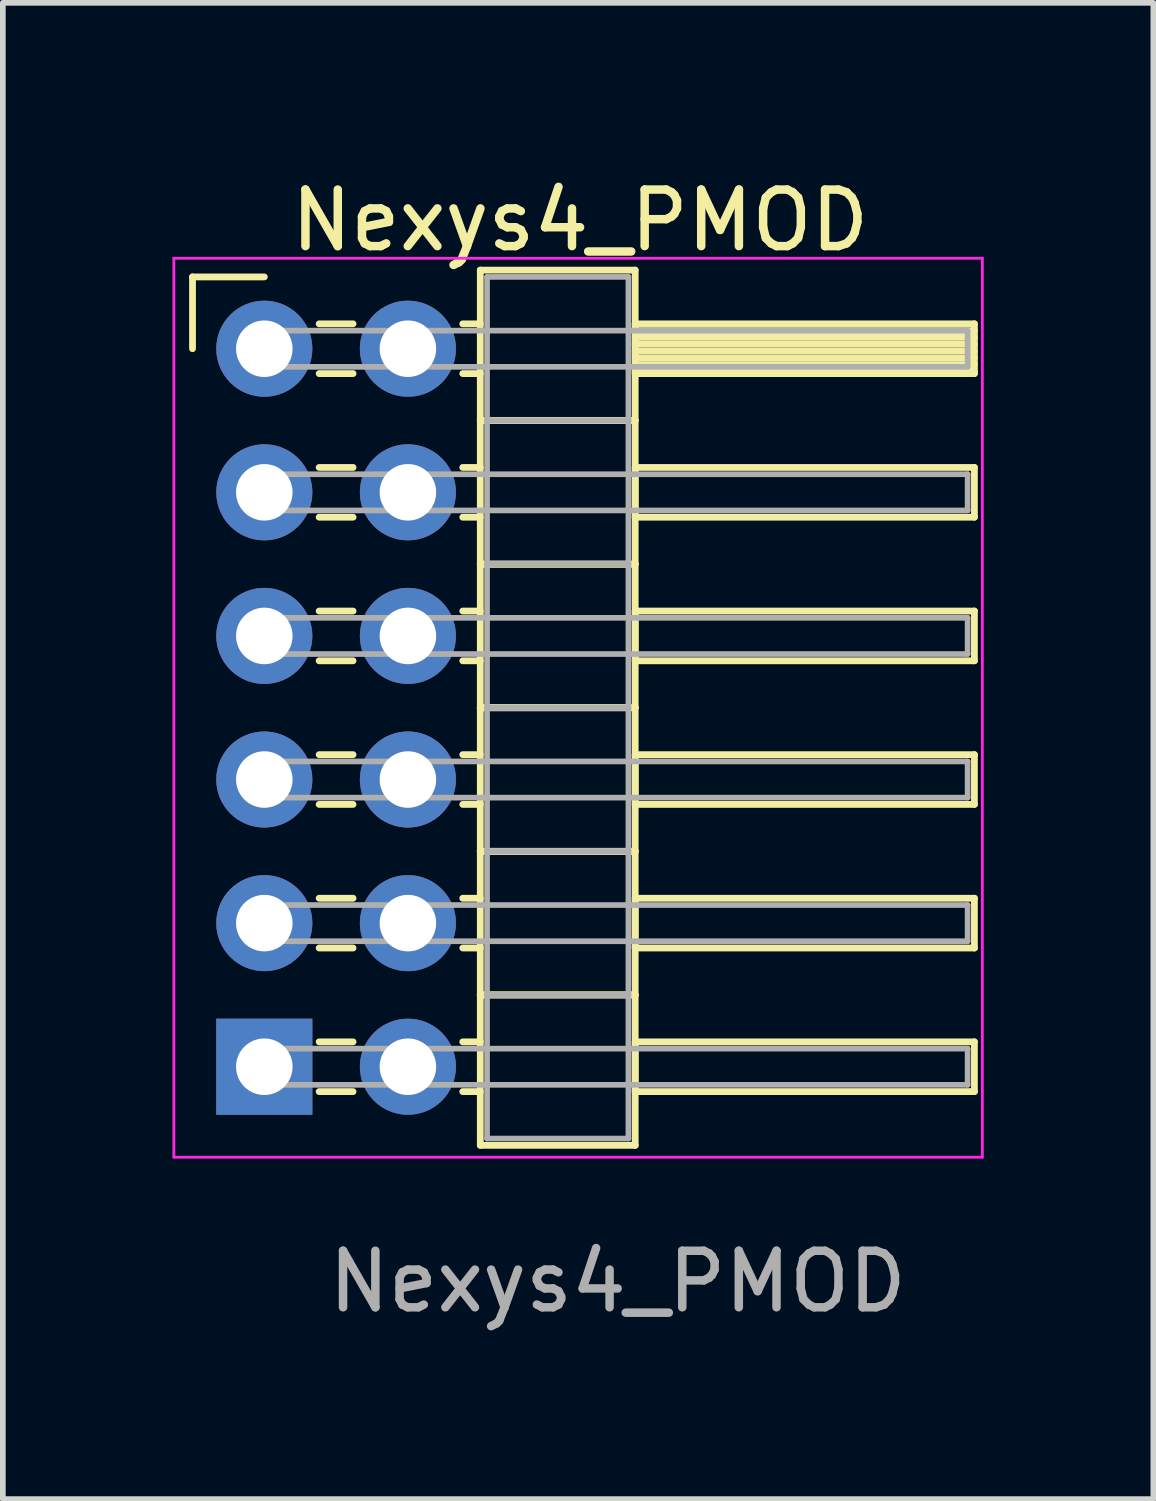
<source format=kicad_pcb>
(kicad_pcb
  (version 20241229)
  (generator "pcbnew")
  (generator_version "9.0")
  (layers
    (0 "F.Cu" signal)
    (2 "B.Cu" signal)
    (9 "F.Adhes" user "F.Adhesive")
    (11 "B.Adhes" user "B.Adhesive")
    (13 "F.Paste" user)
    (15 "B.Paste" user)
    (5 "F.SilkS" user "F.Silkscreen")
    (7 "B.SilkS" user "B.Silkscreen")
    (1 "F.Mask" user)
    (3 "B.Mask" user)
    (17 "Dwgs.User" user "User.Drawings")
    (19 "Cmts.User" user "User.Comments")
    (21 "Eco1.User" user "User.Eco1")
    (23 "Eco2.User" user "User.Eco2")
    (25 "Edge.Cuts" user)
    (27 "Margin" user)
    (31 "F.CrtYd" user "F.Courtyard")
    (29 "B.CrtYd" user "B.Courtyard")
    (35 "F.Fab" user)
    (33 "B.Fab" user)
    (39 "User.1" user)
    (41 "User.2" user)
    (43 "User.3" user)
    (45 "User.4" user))
  (footprint "Nexys4_PMOD"
    (layer "F.Cu")
    (at 1.625 15.818)
    (property "Reference" "Nexys4_PMOD" (at 5.585 -14.97 0) (layer "F.SilkS") (effects (font (size 1 1) (thickness 0.15))))
    (attr through_hole)
    (fp_line (start -1.27 -13.97) (end 0 -13.97) (stroke (width 0.12) (type solid)) (layer "F.SilkS"))
    (fp_line (start -1.27 -12.7) (end -1.27 -13.97) (stroke (width 0.12) (type solid)) (layer "F.SilkS"))
    (fp_line (start 0.97 -13.14) (end 1.57 -13.14) (stroke (width 0.12) (type solid)) (layer "F.SilkS"))
    (fp_line (start 0.97 -12.26) (end 1.57 -12.26) (stroke (width 0.12) (type solid)) (layer "F.SilkS"))
    (fp_line (start 0.97 -10.6) (end 1.57 -10.6) (stroke (width 0.12) (type solid)) (layer "F.SilkS"))
    (fp_line (start 0.97 -9.72) (end 1.57 -9.72) (stroke (width 0.12) (type solid)) (layer "F.SilkS"))
    (fp_line (start 0.97 -8.06) (end 1.57 -8.06) (stroke (width 0.12) (type solid)) (layer "F.SilkS"))
    (fp_line (start 0.97 -7.18) (end 1.57 -7.18) (stroke (width 0.12) (type solid)) (layer "F.SilkS"))
    (fp_line (start 0.97 -5.52) (end 1.57 -5.52) (stroke (width 0.12) (type solid)) (layer "F.SilkS"))
    (fp_line (start 0.97 -4.64) (end 1.57 -4.64) (stroke (width 0.12) (type solid)) (layer "F.SilkS"))
    (fp_line (start 0.97 -2.98) (end 1.57 -2.98) (stroke (width 0.12) (type solid)) (layer "F.SilkS"))
    (fp_line (start 0.97 -2.1) (end 1.57 -2.1) (stroke (width 0.12) (type solid)) (layer "F.SilkS"))
    (fp_line (start 0.97 -0.44) (end 1.57 -0.44) (stroke (width 0.12) (type solid)) (layer "F.SilkS"))
    (fp_line (start 0.97 0.44) (end 1.57 0.44) (stroke (width 0.12) (type solid)) (layer "F.SilkS"))
    (fp_line (start 3.51 -13.14) (end 3.82 -13.14) (stroke (width 0.12) (type solid)) (layer "F.SilkS"))
    (fp_line (start 3.51 -12.26) (end 3.82 -12.26) (stroke (width 0.12) (type solid)) (layer "F.SilkS"))
    (fp_line (start 3.51 -10.6) (end 3.82 -10.6) (stroke (width 0.12) (type solid)) (layer "F.SilkS"))
    (fp_line (start 3.51 -9.72) (end 3.82 -9.72) (stroke (width 0.12) (type solid)) (layer "F.SilkS"))
    (fp_line (start 3.51 -8.06) (end 3.82 -8.06) (stroke (width 0.12) (type solid)) (layer "F.SilkS"))
    (fp_line (start 3.51 -7.18) (end 3.82 -7.18) (stroke (width 0.12) (type solid)) (layer "F.SilkS"))
    (fp_line (start 3.51 -5.52) (end 3.82 -5.52) (stroke (width 0.12) (type solid)) (layer "F.SilkS"))
    (fp_line (start 3.51 -4.64) (end 3.82 -4.64) (stroke (width 0.12) (type solid)) (layer "F.SilkS"))
    (fp_line (start 3.51 -2.98) (end 3.82 -2.98) (stroke (width 0.12) (type solid)) (layer "F.SilkS"))
    (fp_line (start 3.51 -2.1) (end 3.82 -2.1) (stroke (width 0.12) (type solid)) (layer "F.SilkS"))
    (fp_line (start 3.51 -0.44) (end 3.82 -0.44) (stroke (width 0.12) (type solid)) (layer "F.SilkS"))
    (fp_line (start 3.51 0.44) (end 3.82 0.44) (stroke (width 0.12) (type solid)) (layer "F.SilkS"))
    (fp_line (start 3.82 -14.09) (end 3.82 -11.43) (stroke (width 0.12) (type solid)) (layer "F.SilkS"))
    (fp_line (start 3.82 -11.43) (end 3.82 -8.89) (stroke (width 0.12) (type solid)) (layer "F.SilkS"))
    (fp_line (start 3.82 -11.43) (end 6.56 -11.43) (stroke (width 0.12) (type solid)) (layer "F.SilkS"))
    (fp_line (start 3.82 -8.89) (end 3.82 -6.35) (stroke (width 0.12) (type solid)) (layer "F.SilkS"))
    (fp_line (start 3.82 -8.89) (end 6.56 -8.89) (stroke (width 0.12) (type solid)) (layer "F.SilkS"))
    (fp_line (start 3.82 -6.35) (end 3.82 -3.81) (stroke (width 0.12) (type solid)) (layer "F.SilkS"))
    (fp_line (start 3.82 -6.35) (end 6.56 -6.35) (stroke (width 0.12) (type solid)) (layer "F.SilkS"))
    (fp_line (start 3.82 -3.81) (end 3.82 -1.27) (stroke (width 0.12) (type solid)) (layer "F.SilkS"))
    (fp_line (start 3.82 -3.81) (end 6.56 -3.81) (stroke (width 0.12) (type solid)) (layer "F.SilkS"))
    (fp_line (start 3.82 -1.27) (end 3.82 1.39) (stroke (width 0.12) (type solid)) (layer "F.SilkS"))
    (fp_line (start 3.82 -1.27) (end 6.56 -1.27) (stroke (width 0.12) (type solid)) (layer "F.SilkS"))
    (fp_line (start 3.82 1.39) (end 6.56 1.39) (stroke (width 0.12) (type solid)) (layer "F.SilkS"))
    (fp_line (start 6.56 -14.09) (end 3.82 -14.09) (stroke (width 0.12) (type solid)) (layer "F.SilkS"))
    (fp_line (start 6.56 -13.14) (end 6.56 -12.26) (stroke (width 0.12) (type solid)) (layer "F.SilkS"))
    (fp_line (start 6.56 -13.02) (end 12.56 -13.02) (stroke (width 0.12) (type solid)) (layer "F.SilkS"))
    (fp_line (start 6.56 -12.9) (end 12.56 -12.9) (stroke (width 0.12) (type solid)) (layer "F.SilkS"))
    (fp_line (start 6.56 -12.78) (end 12.56 -12.78) (stroke (width 0.12) (type solid)) (layer "F.SilkS"))
    (fp_line (start 6.56 -12.66) (end 12.56 -12.66) (stroke (width 0.12) (type solid)) (layer "F.SilkS"))
    (fp_line (start 6.56 -12.54) (end 12.56 -12.54) (stroke (width 0.12) (type solid)) (layer "F.SilkS"))
    (fp_line (start 6.56 -12.42) (end 12.56 -12.42) (stroke (width 0.12) (type solid)) (layer "F.SilkS"))
    (fp_line (start 6.56 -12.3) (end 12.56 -12.3) (stroke (width 0.12) (type solid)) (layer "F.SilkS"))
    (fp_line (start 6.56 -12.26) (end 12.56 -12.26) (stroke (width 0.12) (type solid)) (layer "F.SilkS"))
    (fp_line (start 6.56 -11.43) (end 3.82 -11.43) (stroke (width 0.12) (type solid)) (layer "F.SilkS"))
    (fp_line (start 6.56 -11.43) (end 6.56 -14.09) (stroke (width 0.12) (type solid)) (layer "F.SilkS"))
    (fp_line (start 6.56 -10.6) (end 6.56 -9.72) (stroke (width 0.12) (type solid)) (layer "F.SilkS"))
    (fp_line (start 6.56 -9.72) (end 12.56 -9.72) (stroke (width 0.12) (type solid)) (layer "F.SilkS"))
    (fp_line (start 6.56 -8.89) (end 3.82 -8.89) (stroke (width 0.12) (type solid)) (layer "F.SilkS"))
    (fp_line (start 6.56 -8.89) (end 6.56 -11.43) (stroke (width 0.12) (type solid)) (layer "F.SilkS"))
    (fp_line (start 6.56 -8.06) (end 6.56 -7.18) (stroke (width 0.12) (type solid)) (layer "F.SilkS"))
    (fp_line (start 6.56 -7.18) (end 12.56 -7.18) (stroke (width 0.12) (type solid)) (layer "F.SilkS"))
    (fp_line (start 6.56 -6.35) (end 3.82 -6.35) (stroke (width 0.12) (type solid)) (layer "F.SilkS"))
    (fp_line (start 6.56 -6.35) (end 6.56 -8.89) (stroke (width 0.12) (type solid)) (layer "F.SilkS"))
    (fp_line (start 6.56 -5.52) (end 6.56 -4.64) (stroke (width 0.12) (type solid)) (layer "F.SilkS"))
    (fp_line (start 6.56 -4.64) (end 12.56 -4.64) (stroke (width 0.12) (type solid)) (layer "F.SilkS"))
    (fp_line (start 6.56 -3.81) (end 3.82 -3.81) (stroke (width 0.12) (type solid)) (layer "F.SilkS"))
    (fp_line (start 6.56 -3.81) (end 6.56 -6.35) (stroke (width 0.12) (type solid)) (layer "F.SilkS"))
    (fp_line (start 6.56 -2.98) (end 6.56 -2.1) (stroke (width 0.12) (type solid)) (layer "F.SilkS"))
    (fp_line (start 6.56 -2.1) (end 12.56 -2.1) (stroke (width 0.12) (type solid)) (layer "F.SilkS"))
    (fp_line (start 6.56 -1.27) (end 3.82 -1.27) (stroke (width 0.12) (type solid)) (layer "F.SilkS"))
    (fp_line (start 6.56 -1.27) (end 6.56 -3.81) (stroke (width 0.12) (type solid)) (layer "F.SilkS"))
    (fp_line (start 6.56 -0.44) (end 6.56 0.44) (stroke (width 0.12) (type solid)) (layer "F.SilkS"))
    (fp_line (start 6.56 0.44) (end 12.56 0.44) (stroke (width 0.12) (type solid)) (layer "F.SilkS"))
    (fp_line (start 6.56 1.39) (end 6.56 -1.27) (stroke (width 0.12) (type solid)) (layer "F.SilkS"))
    (fp_line (start 12.56 -13.14) (end 6.56 -13.14) (stroke (width 0.12) (type solid)) (layer "F.SilkS"))
    (fp_line (start 12.56 -12.26) (end 12.56 -13.14) (stroke (width 0.12) (type solid)) (layer "F.SilkS"))
    (fp_line (start 12.56 -10.6) (end 6.56 -10.6) (stroke (width 0.12) (type solid)) (layer "F.SilkS"))
    (fp_line (start 12.56 -9.72) (end 12.56 -10.6) (stroke (width 0.12) (type solid)) (layer "F.SilkS"))
    (fp_line (start 12.56 -8.06) (end 6.56 -8.06) (stroke (width 0.12) (type solid)) (layer "F.SilkS"))
    (fp_line (start 12.56 -7.18) (end 12.56 -8.06) (stroke (width 0.12) (type solid)) (layer "F.SilkS"))
    (fp_line (start 12.56 -5.52) (end 6.56 -5.52) (stroke (width 0.12) (type solid)) (layer "F.SilkS"))
    (fp_line (start 12.56 -4.64) (end 12.56 -5.52) (stroke (width 0.12) (type solid)) (layer "F.SilkS"))
    (fp_line (start 12.56 -2.98) (end 6.56 -2.98) (stroke (width 0.12) (type solid)) (layer "F.SilkS"))
    (fp_line (start 12.56 -2.1) (end 12.56 -2.98) (stroke (width 0.12) (type solid)) (layer "F.SilkS"))
    (fp_line (start 12.56 -0.44) (end 6.56 -0.44) (stroke (width 0.12) (type solid)) (layer "F.SilkS"))
    (fp_line (start 12.56 0.44) (end 12.56 -0.44) (stroke (width 0.12) (type solid)) (layer "F.SilkS"))
    (fp_line (start -1.6 -14.3) (end -1.6 1.6) (stroke (width 0.05) (type solid)) (layer "F.CrtYd"))
    (fp_line (start -1.6 1.6) (end 12.7 1.6) (stroke (width 0.05) (type solid)) (layer "F.CrtYd"))
    (fp_line (start 12.7 -14.3) (end -1.6 -14.3) (stroke (width 0.05) (type solid)) (layer "F.CrtYd"))
    (fp_line (start 12.7 1.6) (end 12.7 -14.3) (stroke (width 0.05) (type solid)) (layer "F.CrtYd"))
    (fp_line (start 0 -13.02) (end 0 -12.38) (stroke (width 0.1) (type solid)) (layer "F.Fab"))
    (fp_line (start 0 -12.38) (end 12.44 -12.38) (stroke (width 0.1) (type solid)) (layer "F.Fab"))
    (fp_line (start 0 -10.48) (end 0 -9.84) (stroke (width 0.1) (type solid)) (layer "F.Fab"))
    (fp_line (start 0 -9.84) (end 12.44 -9.84) (stroke (width 0.1) (type solid)) (layer "F.Fab"))
    (fp_line (start 0 -7.94) (end 0 -7.3) (stroke (width 0.1) (type solid)) (layer "F.Fab"))
    (fp_line (start 0 -7.3) (end 12.44 -7.3) (stroke (width 0.1) (type solid)) (layer "F.Fab"))
    (fp_line (start 0 -5.4) (end 0 -4.76) (stroke (width 0.1) (type solid)) (layer "F.Fab"))
    (fp_line (start 0 -4.76) (end 12.44 -4.76) (stroke (width 0.1) (type solid)) (layer "F.Fab"))
    (fp_line (start 0 -2.86) (end 0 -2.22) (stroke (width 0.1) (type solid)) (layer "F.Fab"))
    (fp_line (start 0 -2.22) (end 12.44 -2.22) (stroke (width 0.1) (type solid)) (layer "F.Fab"))
    (fp_line (start 0 -0.32) (end 0 0.32) (stroke (width 0.1) (type solid)) (layer "F.Fab"))
    (fp_line (start 0 0.32) (end 12.44 0.32) (stroke (width 0.1) (type solid)) (layer "F.Fab"))
    (fp_line (start 3.94 -13.97) (end 3.94 -11.43) (stroke (width 0.1) (type solid)) (layer "F.Fab"))
    (fp_line (start 3.94 -11.43) (end 3.94 -8.89) (stroke (width 0.1) (type solid)) (layer "F.Fab"))
    (fp_line (start 3.94 -11.43) (end 6.44 -11.43) (stroke (width 0.1) (type solid)) (layer "F.Fab"))
    (fp_line (start 3.94 -8.89) (end 3.94 -6.35) (stroke (width 0.1) (type solid)) (layer "F.Fab"))
    (fp_line (start 3.94 -8.89) (end 6.44 -8.89) (stroke (width 0.1) (type solid)) (layer "F.Fab"))
    (fp_line (start 3.94 -6.35) (end 3.94 -3.81) (stroke (width 0.1) (type solid)) (layer "F.Fab"))
    (fp_line (start 3.94 -6.35) (end 6.44 -6.35) (stroke (width 0.1) (type solid)) (layer "F.Fab"))
    (fp_line (start 3.94 -3.81) (end 3.94 -1.27) (stroke (width 0.1) (type solid)) (layer "F.Fab"))
    (fp_line (start 3.94 -3.81) (end 6.44 -3.81) (stroke (width 0.1) (type solid)) (layer "F.Fab"))
    (fp_line (start 3.94 -1.27) (end 3.94 1.27) (stroke (width 0.1) (type solid)) (layer "F.Fab"))
    (fp_line (start 3.94 -1.27) (end 6.44 -1.27) (stroke (width 0.1) (type solid)) (layer "F.Fab"))
    (fp_line (start 3.94 1.27) (end 6.44 1.27) (stroke (width 0.1) (type solid)) (layer "F.Fab"))
    (fp_line (start 6.44 -13.97) (end 3.94 -13.97) (stroke (width 0.1) (type solid)) (layer "F.Fab"))
    (fp_line (start 6.44 -11.43) (end 3.94 -11.43) (stroke (width 0.1) (type solid)) (layer "F.Fab"))
    (fp_line (start 6.44 -11.43) (end 6.44 -13.97) (stroke (width 0.1) (type solid)) (layer "F.Fab"))
    (fp_line (start 6.44 -8.89) (end 3.94 -8.89) (stroke (width 0.1) (type solid)) (layer "F.Fab"))
    (fp_line (start 6.44 -8.89) (end 6.44 -11.43) (stroke (width 0.1) (type solid)) (layer "F.Fab"))
    (fp_line (start 6.44 -6.35) (end 3.94 -6.35) (stroke (width 0.1) (type solid)) (layer "F.Fab"))
    (fp_line (start 6.44 -6.35) (end 6.44 -8.89) (stroke (width 0.1) (type solid)) (layer "F.Fab"))
    (fp_line (start 6.44 -3.81) (end 3.94 -3.81) (stroke (width 0.1) (type solid)) (layer "F.Fab"))
    (fp_line (start 6.44 -3.81) (end 6.44 -6.35) (stroke (width 0.1) (type solid)) (layer "F.Fab"))
    (fp_line (start 6.44 -1.27) (end 3.94 -1.27) (stroke (width 0.1) (type solid)) (layer "F.Fab"))
    (fp_line (start 6.44 -1.27) (end 6.44 -3.81) (stroke (width 0.1) (type solid)) (layer "F.Fab"))
    (fp_line (start 6.44 1.27) (end 6.44 -1.27) (stroke (width 0.1) (type solid)) (layer "F.Fab"))
    (fp_line (start 12.44 -13.02) (end 0 -13.02) (stroke (width 0.1) (type solid)) (layer "F.Fab"))
    (fp_line (start 12.44 -12.38) (end 12.44 -13.02) (stroke (width 0.1) (type solid)) (layer "F.Fab"))
    (fp_line (start 12.44 -10.48) (end 0 -10.48) (stroke (width 0.1) (type solid)) (layer "F.Fab"))
    (fp_line (start 12.44 -9.84) (end 12.44 -10.48) (stroke (width 0.1) (type solid)) (layer "F.Fab"))
    (fp_line (start 12.44 -7.94) (end 0 -7.94) (stroke (width 0.1) (type solid)) (layer "F.Fab"))
    (fp_line (start 12.44 -7.3) (end 12.44 -7.94) (stroke (width 0.1) (type solid)) (layer "F.Fab"))
    (fp_line (start 12.44 -5.4) (end 0 -5.4) (stroke (width 0.1) (type solid)) (layer "F.Fab"))
    (fp_line (start 12.44 -4.76) (end 12.44 -5.4) (stroke (width 0.1) (type solid)) (layer "F.Fab"))
    (fp_line (start 12.44 -2.86) (end 0 -2.86) (stroke (width 0.1) (type solid)) (layer "F.Fab"))
    (fp_line (start 12.44 -2.22) (end 12.44 -2.86) (stroke (width 0.1) (type solid)) (layer "F.Fab"))
    (fp_line (start 12.44 -0.32) (end 0 -0.32) (stroke (width 0.1) (type solid)) (layer "F.Fab"))
    (fp_line (start 12.44 0.32) (end 12.44 -0.32) (stroke (width 0.1) (type solid)) (layer "F.Fab"))
    (fp_text user "${REFERENCE}" (at 6.25 3.8 0) (layer "F.Fab") (effects (font (size 1 1) (thickness 0.15))))
    (pad "1" thru_hole rect (at 0 0) (size 1.7 1.7) (drill 1) (layers "*.Cu" "*.Mask"))
    (pad "2" thru_hole oval (at 0 -2.54) (size 1.7 1.7) (drill 1) (layers "*.Cu" "*.Mask"))
    (pad "3" thru_hole oval (at 0 -5.08) (size 1.7 1.7) (drill 1) (layers "*.Cu" "*.Mask"))
    (pad "4" thru_hole oval (at 0 -7.62) (size 1.7 1.7) (drill 1) (layers "*.Cu" "*.Mask"))
    (pad "5" thru_hole oval (at 0 -10.16) (size 1.7 1.7) (drill 1) (layers "*.Cu" "*.Mask"))
    (pad "6" thru_hole oval (at 0 -12.7) (size 1.7 1.7) (drill 1) (layers "*.Cu" "*.Mask"))
    (pad "7" thru_hole oval (at 2.54 0) (size 1.7 1.7) (drill 1) (layers "*.Cu" "*.Mask"))
    (pad "8" thru_hole oval (at 2.54 -2.54) (size 1.7 1.7) (drill 1) (layers "*.Cu" "*.Mask"))
    (pad "9" thru_hole oval (at 2.54 -5.08) (size 1.7 1.7) (drill 1) (layers "*.Cu" "*.Mask"))
    (pad "10" thru_hole oval (at 2.54 -7.62) (size 1.7 1.7) (drill 1) (layers "*.Cu" "*.Mask"))
    (pad "11" thru_hole oval (at 2.54 -10.16) (size 1.7 1.7) (drill 1) (layers "*.Cu" "*.Mask"))
    (pad "12" thru_hole oval (at 2.54 -12.7) (size 1.7 1.7) (drill 1) (layers "*.Cu" "*.Mask")))
  (gr_rect
    (start -3 -3)
    (end 17.35 23.466)
    (stroke (width 0.1) (type default))
    (fill no)
    (layer "Edge.Cuts")))
</source>
